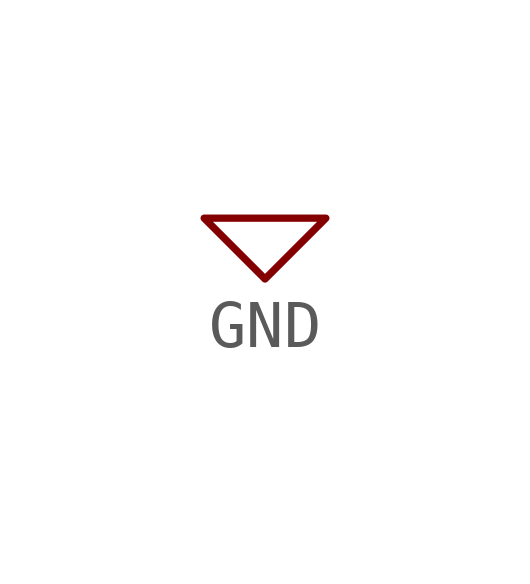
<source format=kicad_sym>
(kicad_symbol_lib
  (version 20201005)
  (generator kicad_symbol_editor)
  (symbol "pic_programmer_schlib:GND"
    (power)
    (pin_names
      (offset 0))
    (property "Reference" "#PWR"
      (at 0 0 0)
      (effects (font (size 0.762 0.762)) hide))
    (property "Footprint" ""
      (at 0 0 0)
      (effects (font (size 1.524 1.524))))
    (property "Datasheet" ""
      (at 0 0 0)
      (effects (font (size 1.524 1.524))))
    (symbol "GND_0_1"
      (polyline (pts (xy -1.27 0) (xy 0 -1.27) (xy 1.27 0) (xy -1.27 0)) (stroke (width 0)) (fill (type none))))
    (symbol "GND_1_1"
      (pin power_in line (at 0 0 90) (length 0) hide (name "GND" (effects (font (size 0.762 0.762)))) (number "1" (effects (font (size 0.762 0.762))))))))
</source>
